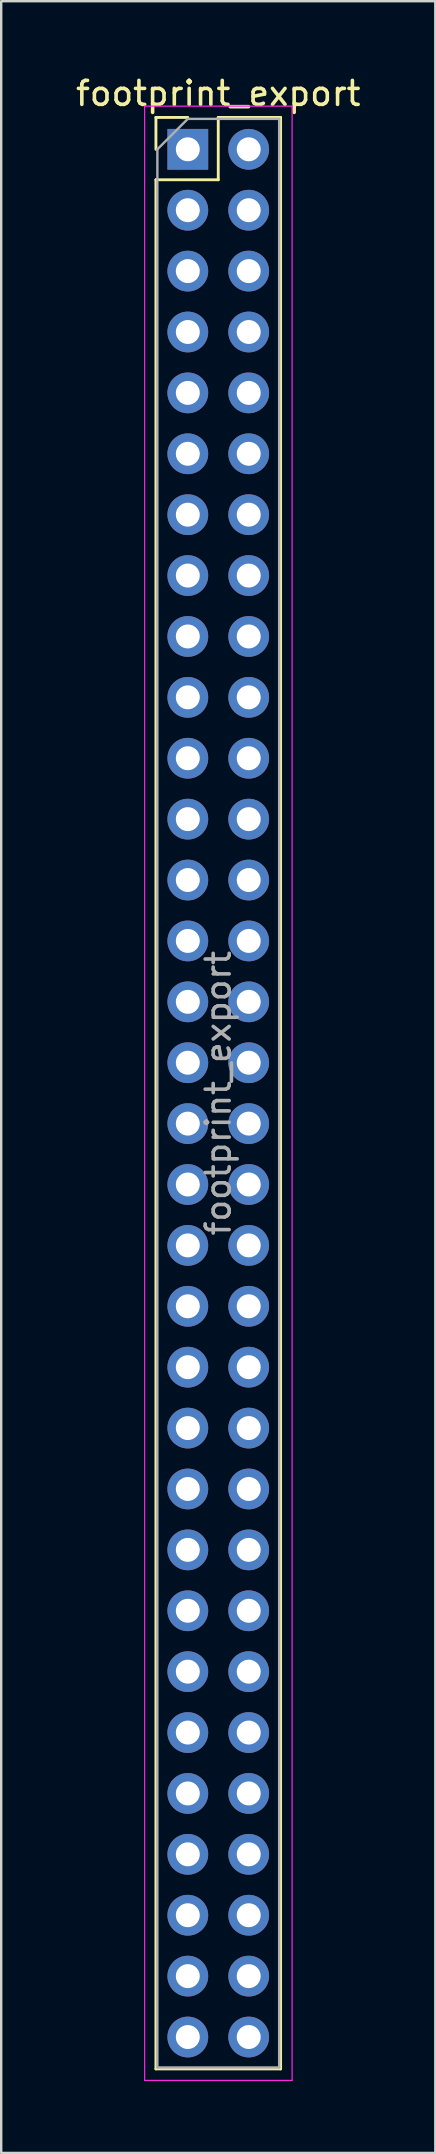
<source format=kicad_pcb>
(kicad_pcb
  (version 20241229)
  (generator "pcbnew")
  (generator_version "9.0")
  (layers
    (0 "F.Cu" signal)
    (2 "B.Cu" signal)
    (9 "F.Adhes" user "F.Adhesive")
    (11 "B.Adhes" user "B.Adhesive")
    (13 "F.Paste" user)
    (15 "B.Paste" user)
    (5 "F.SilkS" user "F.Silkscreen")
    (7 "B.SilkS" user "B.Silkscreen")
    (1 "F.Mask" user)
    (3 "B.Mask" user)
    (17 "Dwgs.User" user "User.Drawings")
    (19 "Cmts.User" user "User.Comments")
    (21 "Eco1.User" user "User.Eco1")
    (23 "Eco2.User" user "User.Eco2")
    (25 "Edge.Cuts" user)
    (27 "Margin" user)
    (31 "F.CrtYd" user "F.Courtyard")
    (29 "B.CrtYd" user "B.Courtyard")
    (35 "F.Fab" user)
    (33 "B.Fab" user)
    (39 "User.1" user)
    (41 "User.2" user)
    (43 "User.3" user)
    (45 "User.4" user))
  (footprint "footprint_export"
    (layer "F.Cu")
    (at 4.784 3.178)
    (property "Reference" "footprint_export" (at 1.27 -2.33 0) (layer "F.SilkS") (effects (font (size 1 1) (thickness 0.15))))
    (attr through_hole)
    (fp_line (start -1.33 -1.33) (end 0 -1.33) (stroke (width 0.12) (type solid)) (layer "F.SilkS"))
    (fp_line (start -1.33 0) (end -1.33 -1.33) (stroke (width 0.12) (type solid)) (layer "F.SilkS"))
    (fp_line (start -1.33 1.27) (end -1.33 80.07) (stroke (width 0.12) (type solid)) (layer "F.SilkS"))
    (fp_line (start -1.33 1.27) (end 1.27 1.27) (stroke (width 0.12) (type solid)) (layer "F.SilkS"))
    (fp_line (start -1.33 80.07) (end 3.87 80.07) (stroke (width 0.12) (type solid)) (layer "F.SilkS"))
    (fp_line (start 1.27 -1.33) (end 3.87 -1.33) (stroke (width 0.12) (type solid)) (layer "F.SilkS"))
    (fp_line (start 1.27 1.27) (end 1.27 -1.33) (stroke (width 0.12) (type solid)) (layer "F.SilkS"))
    (fp_line (start 3.87 -1.33) (end 3.87 80.07) (stroke (width 0.12) (type solid)) (layer "F.SilkS"))
    (fp_line (start -1.8 -1.8) (end -1.8 80.55) (stroke (width 0.05) (type solid)) (layer "F.CrtYd"))
    (fp_line (start -1.8 80.55) (end 4.35 80.55) (stroke (width 0.05) (type solid)) (layer "F.CrtYd"))
    (fp_line (start 4.35 -1.8) (end -1.8 -1.8) (stroke (width 0.05) (type solid)) (layer "F.CrtYd"))
    (fp_line (start 4.35 80.55) (end 4.35 -1.8) (stroke (width 0.05) (type solid)) (layer "F.CrtYd"))
    (fp_line (start -1.27 0) (end 0 -1.27) (stroke (width 0.1) (type solid)) (layer "F.Fab"))
    (fp_line (start -1.27 80.01) (end -1.27 0) (stroke (width 0.1) (type solid)) (layer "F.Fab"))
    (fp_line (start 0 -1.27) (end 3.81 -1.27) (stroke (width 0.1) (type solid)) (layer "F.Fab"))
    (fp_line (start 3.81 -1.27) (end 3.81 80.01) (stroke (width 0.1) (type solid)) (layer "F.Fab"))
    (fp_line (start 3.81 80.01) (end -1.27 80.01) (stroke (width 0.1) (type solid)) (layer "F.Fab"))
    (fp_text user "${REFERENCE}" (at 1.27 39.37 90) (layer "F.Fab") (effects (font (size 1 1) (thickness 0.15))))
    (pad "1" thru_hole rect (at 0 0) (size 1.7 1.7) (drill 1) (layers "*.Cu" "*.Mask"))
    (pad "2" thru_hole oval (at 2.54 0) (size 1.7 1.7) (drill 1) (layers "*.Cu" "*.Mask"))
    (pad "3" thru_hole oval (at 0 2.54) (size 1.7 1.7) (drill 1) (layers "*.Cu" "*.Mask"))
    (pad "4" thru_hole oval (at 2.54 2.54) (size 1.7 1.7) (drill 1) (layers "*.Cu" "*.Mask"))
    (pad "5" thru_hole oval (at 0 5.08) (size 1.7 1.7) (drill 1) (layers "*.Cu" "*.Mask"))
    (pad "6" thru_hole oval (at 2.54 5.08) (size 1.7 1.7) (drill 1) (layers "*.Cu" "*.Mask"))
    (pad "7" thru_hole oval (at 0 7.62) (size 1.7 1.7) (drill 1) (layers "*.Cu" "*.Mask"))
    (pad "8" thru_hole oval (at 2.54 7.62) (size 1.7 1.7) (drill 1) (layers "*.Cu" "*.Mask"))
    (pad "9" thru_hole oval (at 0 10.16) (size 1.7 1.7) (drill 1) (layers "*.Cu" "*.Mask"))
    (pad "10" thru_hole oval (at 2.54 10.16) (size 1.7 1.7) (drill 1) (layers "*.Cu" "*.Mask"))
    (pad "11" thru_hole oval (at 0 12.7) (size 1.7 1.7) (drill 1) (layers "*.Cu" "*.Mask"))
    (pad "12" thru_hole oval (at 2.54 12.7) (size 1.7 1.7) (drill 1) (layers "*.Cu" "*.Mask"))
    (pad "13" thru_hole oval (at 0 15.24) (size 1.7 1.7) (drill 1) (layers "*.Cu" "*.Mask"))
    (pad "14" thru_hole oval (at 2.54 15.24) (size 1.7 1.7) (drill 1) (layers "*.Cu" "*.Mask"))
    (pad "15" thru_hole oval (at 0 17.78) (size 1.7 1.7) (drill 1) (layers "*.Cu" "*.Mask"))
    (pad "16" thru_hole oval (at 2.54 17.78) (size 1.7 1.7) (drill 1) (layers "*.Cu" "*.Mask"))
    (pad "17" thru_hole oval (at 0 20.32) (size 1.7 1.7) (drill 1) (layers "*.Cu" "*.Mask"))
    (pad "18" thru_hole oval (at 2.54 20.32) (size 1.7 1.7) (drill 1) (layers "*.Cu" "*.Mask"))
    (pad "19" thru_hole oval (at 0 22.86) (size 1.7 1.7) (drill 1) (layers "*.Cu" "*.Mask"))
    (pad "20" thru_hole oval (at 2.54 22.86) (size 1.7 1.7) (drill 1) (layers "*.Cu" "*.Mask"))
    (pad "21" thru_hole oval (at 0 25.4) (size 1.7 1.7) (drill 1) (layers "*.Cu" "*.Mask"))
    (pad "22" thru_hole oval (at 2.54 25.4) (size 1.7 1.7) (drill 1) (layers "*.Cu" "*.Mask"))
    (pad "23" thru_hole oval (at 0 27.94) (size 1.7 1.7) (drill 1) (layers "*.Cu" "*.Mask"))
    (pad "24" thru_hole oval (at 2.54 27.94) (size 1.7 1.7) (drill 1) (layers "*.Cu" "*.Mask"))
    (pad "25" thru_hole oval (at 0 30.48) (size 1.7 1.7) (drill 1) (layers "*.Cu" "*.Mask"))
    (pad "26" thru_hole oval (at 2.54 30.48) (size 1.7 1.7) (drill 1) (layers "*.Cu" "*.Mask"))
    (pad "27" thru_hole oval (at 0 33.02) (size 1.7 1.7) (drill 1) (layers "*.Cu" "*.Mask"))
    (pad "28" thru_hole oval (at 2.54 33.02) (size 1.7 1.7) (drill 1) (layers "*.Cu" "*.Mask"))
    (pad "29" thru_hole oval (at 0 35.56) (size 1.7 1.7) (drill 1) (layers "*.Cu" "*.Mask"))
    (pad "30" thru_hole oval (at 2.54 35.56) (size 1.7 1.7) (drill 1) (layers "*.Cu" "*.Mask"))
    (pad "31" thru_hole oval (at 0 38.1) (size 1.7 1.7) (drill 1) (layers "*.Cu" "*.Mask"))
    (pad "32" thru_hole oval (at 2.54 38.1) (size 1.7 1.7) (drill 1) (layers "*.Cu" "*.Mask"))
    (pad "33" thru_hole oval (at 0 40.64) (size 1.7 1.7) (drill 1) (layers "*.Cu" "*.Mask"))
    (pad "34" thru_hole oval (at 2.54 40.64) (size 1.7 1.7) (drill 1) (layers "*.Cu" "*.Mask"))
    (pad "35" thru_hole oval (at 0 43.18) (size 1.7 1.7) (drill 1) (layers "*.Cu" "*.Mask"))
    (pad "36" thru_hole oval (at 2.54 43.18) (size 1.7 1.7) (drill 1) (layers "*.Cu" "*.Mask"))
    (pad "37" thru_hole oval (at 0 45.72) (size 1.7 1.7) (drill 1) (layers "*.Cu" "*.Mask"))
    (pad "38" thru_hole oval (at 2.54 45.72) (size 1.7 1.7) (drill 1) (layers "*.Cu" "*.Mask"))
    (pad "39" thru_hole oval (at 0 48.26) (size 1.7 1.7) (drill 1) (layers "*.Cu" "*.Mask"))
    (pad "40" thru_hole oval (at 2.54 48.26) (size 1.7 1.7) (drill 1) (layers "*.Cu" "*.Mask"))
    (pad "41" thru_hole oval (at 0 50.8) (size 1.7 1.7) (drill 1) (layers "*.Cu" "*.Mask"))
    (pad "42" thru_hole oval (at 2.54 50.8) (size 1.7 1.7) (drill 1) (layers "*.Cu" "*.Mask"))
    (pad "43" thru_hole oval (at 0 53.34) (size 1.7 1.7) (drill 1) (layers "*.Cu" "*.Mask"))
    (pad "44" thru_hole oval (at 2.54 53.34) (size 1.7 1.7) (drill 1) (layers "*.Cu" "*.Mask"))
    (pad "45" thru_hole oval (at 0 55.88) (size 1.7 1.7) (drill 1) (layers "*.Cu" "*.Mask"))
    (pad "46" thru_hole oval (at 2.54 55.88) (size 1.7 1.7) (drill 1) (layers "*.Cu" "*.Mask"))
    (pad "47" thru_hole oval (at 0 58.42) (size 1.7 1.7) (drill 1) (layers "*.Cu" "*.Mask"))
    (pad "48" thru_hole oval (at 2.54 58.42) (size 1.7 1.7) (drill 1) (layers "*.Cu" "*.Mask"))
    (pad "49" thru_hole oval (at 0 60.96) (size 1.7 1.7) (drill 1) (layers "*.Cu" "*.Mask"))
    (pad "50" thru_hole oval (at 2.54 60.96) (size 1.7 1.7) (drill 1) (layers "*.Cu" "*.Mask"))
    (pad "51" thru_hole oval (at 0 63.5) (size 1.7 1.7) (drill 1) (layers "*.Cu" "*.Mask"))
    (pad "52" thru_hole oval (at 2.54 63.5) (size 1.7 1.7) (drill 1) (layers "*.Cu" "*.Mask"))
    (pad "53" thru_hole oval (at 0 66.04) (size 1.7 1.7) (drill 1) (layers "*.Cu" "*.Mask"))
    (pad "54" thru_hole oval (at 2.54 66.04) (size 1.7 1.7) (drill 1) (layers "*.Cu" "*.Mask"))
    (pad "55" thru_hole oval (at 0 68.58) (size 1.7 1.7) (drill 1) (layers "*.Cu" "*.Mask"))
    (pad "56" thru_hole oval (at 2.54 68.58) (size 1.7 1.7) (drill 1) (layers "*.Cu" "*.Mask"))
    (pad "57" thru_hole oval (at 0 71.12) (size 1.7 1.7) (drill 1) (layers "*.Cu" "*.Mask"))
    (pad "58" thru_hole oval (at 2.54 71.12) (size 1.7 1.7) (drill 1) (layers "*.Cu" "*.Mask"))
    (pad "59" thru_hole oval (at 0 73.66) (size 1.7 1.7) (drill 1) (layers "*.Cu" "*.Mask"))
    (pad "60" thru_hole oval (at 2.54 73.66) (size 1.7 1.7) (drill 1) (layers "*.Cu" "*.Mask"))
    (pad "61" thru_hole oval (at 0 76.2) (size 1.7 1.7) (drill 1) (layers "*.Cu" "*.Mask"))
    (pad "62" thru_hole oval (at 2.54 76.2) (size 1.7 1.7) (drill 1) (layers "*.Cu" "*.Mask"))
    (pad "63" thru_hole oval (at 0 78.74) (size 1.7 1.7) (drill 1) (layers "*.Cu" "*.Mask"))
    (pad "64" thru_hole oval (at 2.54 78.74) (size 1.7 1.7) (drill 1) (layers "*.Cu" "*.Mask")))
  (gr_rect
    (start -3 -3)
    (end 15.107 86.753)
    (stroke (width 0.1) (type default))
    (fill no)
    (layer "Edge.Cuts")))
</source>
